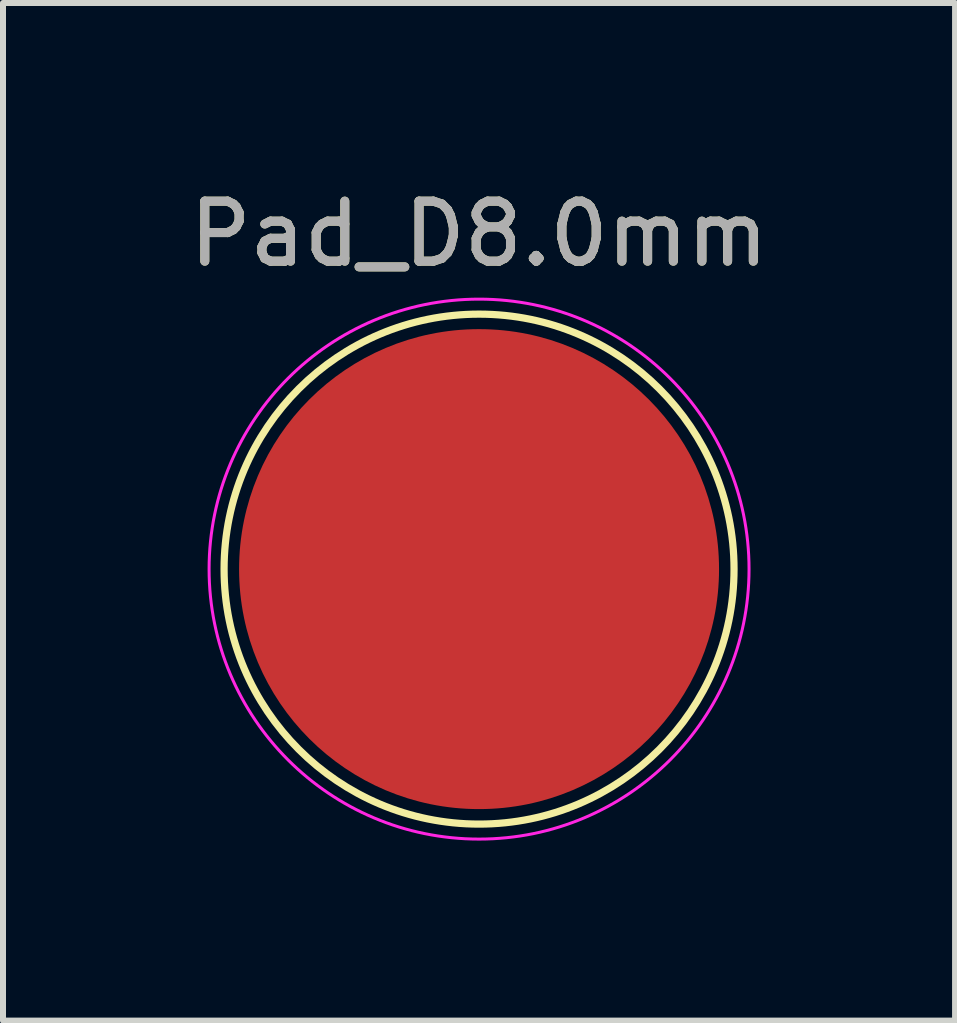
<source format=kicad_pcb>
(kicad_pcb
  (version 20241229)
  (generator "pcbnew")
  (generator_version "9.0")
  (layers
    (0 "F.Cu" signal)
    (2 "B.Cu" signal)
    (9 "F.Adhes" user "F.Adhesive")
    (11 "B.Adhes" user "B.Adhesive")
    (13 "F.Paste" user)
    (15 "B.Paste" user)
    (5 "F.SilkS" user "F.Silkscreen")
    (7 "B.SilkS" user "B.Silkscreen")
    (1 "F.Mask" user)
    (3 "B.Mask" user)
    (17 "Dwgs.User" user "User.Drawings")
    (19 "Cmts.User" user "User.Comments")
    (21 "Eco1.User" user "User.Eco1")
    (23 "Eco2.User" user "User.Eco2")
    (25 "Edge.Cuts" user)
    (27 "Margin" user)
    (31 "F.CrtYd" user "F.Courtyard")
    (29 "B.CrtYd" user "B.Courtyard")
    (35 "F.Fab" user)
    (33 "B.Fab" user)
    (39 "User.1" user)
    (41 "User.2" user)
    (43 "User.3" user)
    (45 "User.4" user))
  (footprint "Pad_D8.0mm"
    (layer "F.Cu")
    (at 4.935 6.436)
    (property "Reference" "Pad_D8.0mm" (at 0 -5.588 0) (layer "F.SilkS") (effects (font (size 1 1) (thickness 0.15))))
    (attr exclude_from_pos_files exclude_from_bom)
    (fp_circle (center 0 0) (end 4.25 0) (stroke (width 0.12) (type solid)) (fill no) (layer "F.SilkS"))
    (fp_circle (center 0 0) (end 4.5 0) (stroke (width 0.05) (type solid)) (fill no) (layer "F.CrtYd"))
    (fp_text user "${REFERENCE}" (at 0 -5.588 0) (layer "F.Fab") (effects (font (size 1 1) (thickness 0.15))))
    (pad "1" smd circle (at 0 0) (size 8 8) (layers "F.Cu" "F.Mask")))
  (gr_rect
    (start -3 -3)
    (end 12.869 13.961)
    (stroke (width 0.1) (type default))
    (fill no)
    (layer "Edge.Cuts")))
</source>
